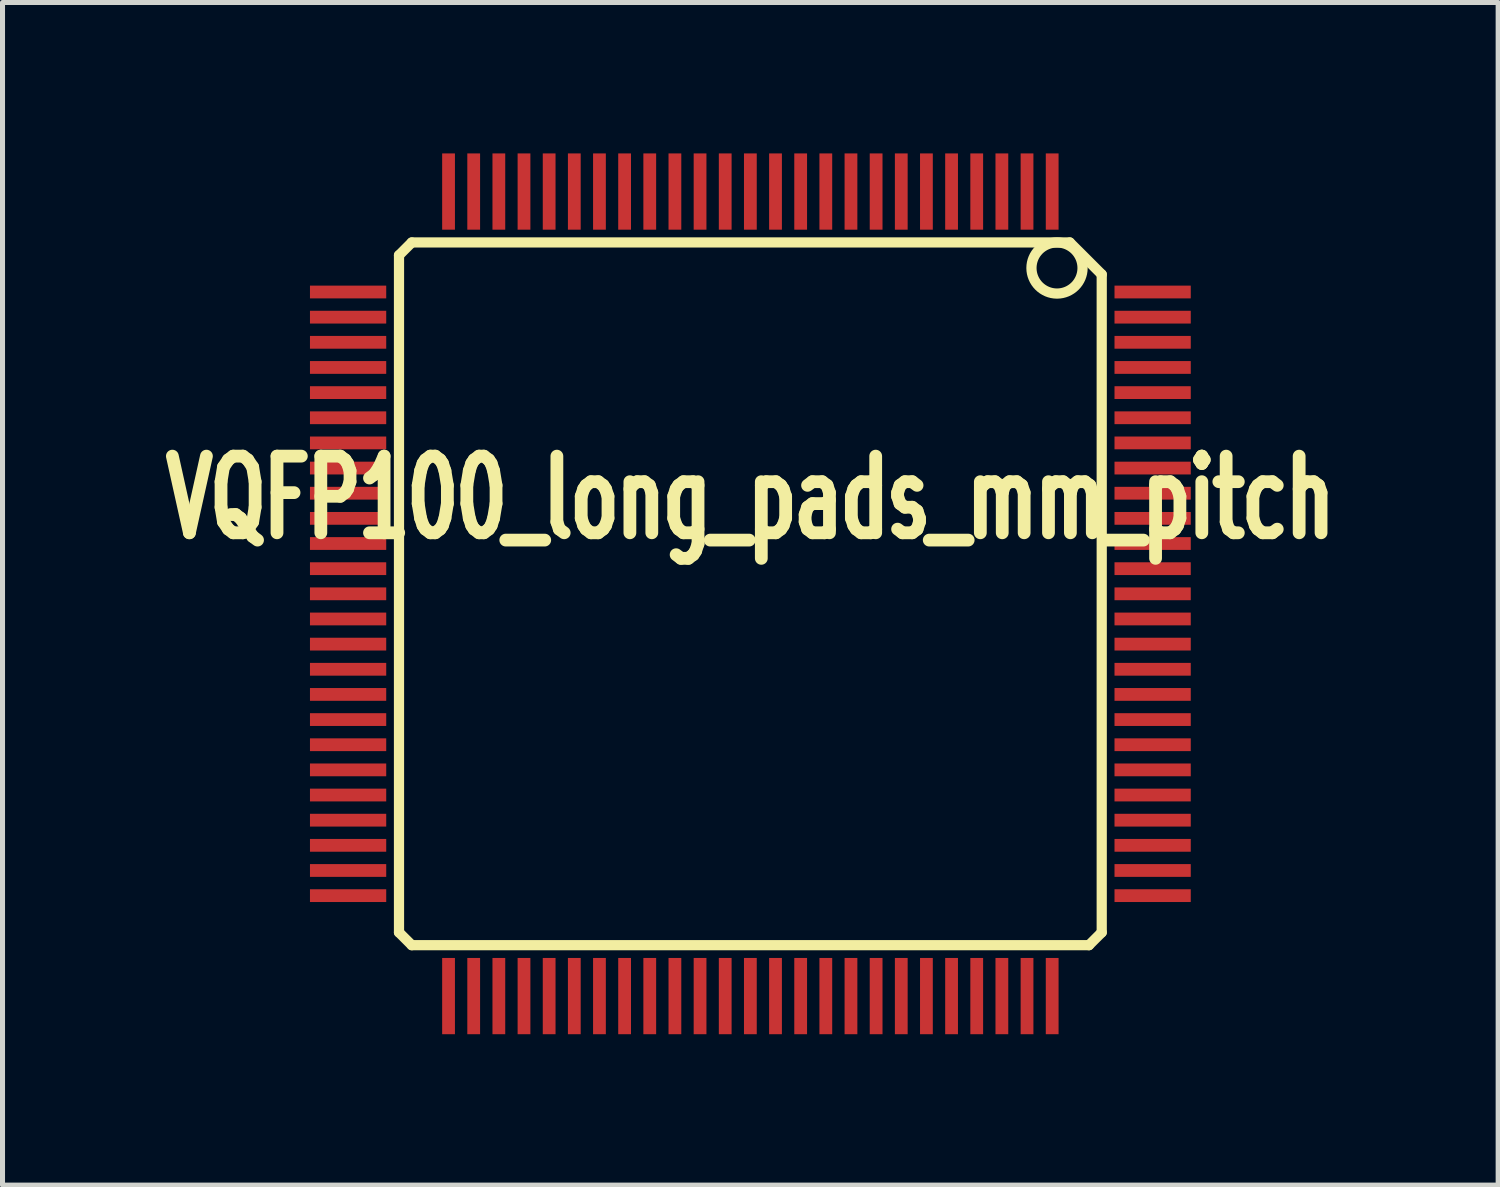
<source format=kicad_pcb>
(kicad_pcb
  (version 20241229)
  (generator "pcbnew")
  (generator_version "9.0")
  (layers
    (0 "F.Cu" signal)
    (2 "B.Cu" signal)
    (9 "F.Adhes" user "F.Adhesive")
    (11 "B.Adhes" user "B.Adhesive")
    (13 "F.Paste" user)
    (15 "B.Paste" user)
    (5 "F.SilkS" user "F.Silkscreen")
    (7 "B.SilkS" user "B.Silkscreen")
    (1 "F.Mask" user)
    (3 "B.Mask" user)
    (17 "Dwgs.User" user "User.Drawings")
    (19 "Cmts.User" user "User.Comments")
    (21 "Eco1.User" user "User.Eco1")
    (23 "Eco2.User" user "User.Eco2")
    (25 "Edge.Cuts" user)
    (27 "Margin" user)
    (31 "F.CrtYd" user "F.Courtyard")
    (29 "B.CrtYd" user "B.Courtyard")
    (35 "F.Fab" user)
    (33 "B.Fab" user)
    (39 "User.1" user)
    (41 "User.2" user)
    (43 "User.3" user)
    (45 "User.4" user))
  (footprint "VQFP100_long_pads_mm_pitch"
    (layer "F.Cu")
    (at 11.867 8.755)
    (property "Reference" "VQFP100_long_pads_mm_pitch" (at 0 -1.905 0) (layer "F.SilkS") (effects (font (size 1.524 1.016) (thickness 0.305))))
    (attr smd)
    (fp_line (start -6.985 -6.731) (end -6.985 6.731) (stroke (width 0.203) (type solid)) (layer "F.SilkS"))
    (fp_line (start -6.985 -6.731) (end -6.731 -6.985) (stroke (width 0.203) (type solid)) (layer "F.SilkS"))
    (fp_line (start -6.985 6.731) (end -6.731 6.985) (stroke (width 0.203) (type solid)) (layer "F.SilkS"))
    (fp_line (start -6.731 6.985) (end 6.731 6.985) (stroke (width 0.203) (type solid)) (layer "F.SilkS"))
    (fp_line (start 6.35 -6.985) (end -6.731 -6.985) (stroke (width 0.203) (type solid)) (layer "F.SilkS"))
    (fp_line (start 6.731 6.985) (end 6.985 6.731) (stroke (width 0.203) (type solid)) (layer "F.SilkS"))
    (fp_line (start 6.985 -6.35) (end 6.35 -6.985) (stroke (width 0.203) (type solid)) (layer "F.SilkS"))
    (fp_line (start 6.985 6.731) (end 6.985 -6.35) (stroke (width 0.203) (type solid)) (layer "F.SilkS"))
    (fp_circle (center 6.096 -6.477) (end 6.096 -6.985) (stroke (width 0.203) (type solid)) (fill no) (layer "F.SilkS"))
    (pad "1" smd rect (at 6 -7.747) (size 0.254 1.516) (drill (offset 0 -0.25)) (layers "F.Cu" "F.Mask" "F.Paste"))
    (pad "2" smd rect (at 5.5 -7.747) (size 0.254 1.516) (drill (offset 0 -0.25)) (layers "F.Cu" "F.Mask" "F.Paste"))
    (pad "3" smd rect (at 5 -7.747) (size 0.254 1.516) (drill (offset 0 -0.25)) (layers "F.Cu" "F.Mask" "F.Paste"))
    (pad "4" smd rect (at 4.5 -7.747) (size 0.254 1.516) (drill (offset 0 -0.25)) (layers "F.Cu" "F.Mask" "F.Paste"))
    (pad "5" smd rect (at 4 -7.747) (size 0.254 1.516) (drill (offset 0 -0.25)) (layers "F.Cu" "F.Mask" "F.Paste"))
    (pad "6" smd rect (at 3.5 -7.747) (size 0.254 1.516) (drill (offset 0 -0.25)) (layers "F.Cu" "F.Mask" "F.Paste"))
    (pad "7" smd rect (at 3 -7.747) (size 0.254 1.516) (drill (offset 0 -0.25)) (layers "F.Cu" "F.Mask" "F.Paste"))
    (pad "8" smd rect (at 2.5 -7.747) (size 0.254 1.516) (drill (offset 0 -0.25)) (layers "F.Cu" "F.Mask" "F.Paste"))
    (pad "9" smd rect (at 2 -7.747) (size 0.254 1.516) (drill (offset 0 -0.25)) (layers "F.Cu" "F.Mask" "F.Paste"))
    (pad "10" smd rect (at 1.5 -7.747) (size 0.254 1.516) (drill (offset 0 -0.25)) (layers "F.Cu" "F.Mask" "F.Paste"))
    (pad "11" smd rect (at 1 -7.747) (size 0.254 1.516) (drill (offset 0 -0.25)) (layers "F.Cu" "F.Mask" "F.Paste"))
    (pad "12" smd rect (at 0.5 -7.747) (size 0.254 1.516) (drill (offset 0 -0.25)) (layers "F.Cu" "F.Mask" "F.Paste"))
    (pad "13" smd rect (at 0 -7.747) (size 0.254 1.516) (drill (offset 0 -0.25)) (layers "F.Cu" "F.Mask" "F.Paste"))
    (pad "14" smd rect (at -0.5 -7.747) (size 0.254 1.516) (drill (offset 0 -0.25)) (layers "F.Cu" "F.Mask" "F.Paste"))
    (pad "15" smd rect (at -1 -7.747) (size 0.254 1.516) (drill (offset 0 -0.25)) (layers "F.Cu" "F.Mask" "F.Paste"))
    (pad "16" smd rect (at -1.5 -7.747) (size 0.254 1.516) (drill (offset 0 -0.25)) (layers "F.Cu" "F.Mask" "F.Paste"))
    (pad "17" smd rect (at -2 -7.747) (size 0.254 1.516) (drill (offset 0 -0.25)) (layers "F.Cu" "F.Mask" "F.Paste"))
    (pad "18" smd rect (at -2.5 -7.747) (size 0.254 1.516) (drill (offset 0 -0.25)) (layers "F.Cu" "F.Mask" "F.Paste"))
    (pad "19" smd rect (at -3 -7.747) (size 0.254 1.516) (drill (offset 0 -0.25)) (layers "F.Cu" "F.Mask" "F.Paste"))
    (pad "20" smd rect (at -3.5 -7.747) (size 0.254 1.516) (drill (offset 0 -0.25)) (layers "F.Cu" "F.Mask" "F.Paste"))
    (pad "21" smd rect (at -4 -7.747) (size 0.254 1.516) (drill (offset 0 -0.25)) (layers "F.Cu" "F.Mask" "F.Paste"))
    (pad "22" smd rect (at -4.5 -7.747) (size 0.254 1.516) (drill (offset 0 -0.25)) (layers "F.Cu" "F.Mask" "F.Paste"))
    (pad "23" smd rect (at -5 -7.747) (size 0.254 1.516) (drill (offset 0 -0.25)) (layers "F.Cu" "F.Mask" "F.Paste"))
    (pad "24" smd rect (at -5.5 -7.747) (size 0.254 1.516) (drill (offset 0 -0.25)) (layers "F.Cu" "F.Mask" "F.Paste"))
    (pad "25" smd rect (at -6 -7.747) (size 0.254 1.516) (drill (offset 0 -0.25)) (layers "F.Cu" "F.Mask" "F.Paste"))
    (pad "26" smd rect (at -7.747 -6 90) (size 0.254 1.516) (drill (offset 0 -0.25)) (layers "F.Cu" "F.Mask" "F.Paste"))
    (pad "27" smd rect (at -7.747 -5.5 90) (size 0.254 1.516) (drill (offset 0 -0.25)) (layers "F.Cu" "F.Mask" "F.Paste"))
    (pad "28" smd rect (at -7.747 -5 90) (size 0.254 1.516) (drill (offset 0 -0.25)) (layers "F.Cu" "F.Mask" "F.Paste"))
    (pad "29" smd rect (at -7.747 -4.5 90) (size 0.254 1.516) (drill (offset 0 -0.25)) (layers "F.Cu" "F.Mask" "F.Paste"))
    (pad "30" smd rect (at -7.747 -4 90) (size 0.254 1.516) (drill (offset 0 -0.25)) (layers "F.Cu" "F.Mask" "F.Paste"))
    (pad "31" smd rect (at -7.747 -3.5 90) (size 0.254 1.516) (drill (offset 0 -0.25)) (layers "F.Cu" "F.Mask" "F.Paste"))
    (pad "32" smd rect (at -7.747 -3 90) (size 0.254 1.516) (drill (offset 0 -0.25)) (layers "F.Cu" "F.Mask" "F.Paste"))
    (pad "33" smd rect (at -7.747 -2.5 90) (size 0.254 1.516) (drill (offset 0 -0.25)) (layers "F.Cu" "F.Mask" "F.Paste"))
    (pad "34" smd rect (at -7.747 -2 90) (size 0.254 1.516) (drill (offset 0 -0.25)) (layers "F.Cu" "F.Mask" "F.Paste"))
    (pad "35" smd rect (at -7.747 -1.5 90) (size 0.254 1.516) (drill (offset 0 -0.25)) (layers "F.Cu" "F.Mask" "F.Paste"))
    (pad "36" smd rect (at -7.747 -1 90) (size 0.254 1.516) (drill (offset 0 -0.25)) (layers "F.Cu" "F.Mask" "F.Paste"))
    (pad "37" smd rect (at -7.747 -0.5 90) (size 0.254 1.516) (drill (offset 0 -0.25)) (layers "F.Cu" "F.Mask" "F.Paste"))
    (pad "38" smd rect (at -7.747 0 90) (size 0.254 1.516) (drill (offset 0 -0.25)) (layers "F.Cu" "F.Mask" "F.Paste"))
    (pad "39" smd rect (at -7.747 0.5 90) (size 0.254 1.516) (drill (offset 0 -0.25)) (layers "F.Cu" "F.Mask" "F.Paste"))
    (pad "40" smd rect (at -7.747 1 90) (size 0.254 1.516) (drill (offset 0 -0.25)) (layers "F.Cu" "F.Mask" "F.Paste"))
    (pad "41" smd rect (at -7.747 1.5 90) (size 0.254 1.516) (drill (offset 0 -0.25)) (layers "F.Cu" "F.Mask" "F.Paste"))
    (pad "42" smd rect (at -7.747 2 90) (size 0.254 1.516) (drill (offset 0 -0.25)) (layers "F.Cu" "F.Mask" "F.Paste"))
    (pad "43" smd rect (at -7.747 2.5 90) (size 0.254 1.516) (drill (offset 0 -0.25)) (layers "F.Cu" "F.Mask" "F.Paste"))
    (pad "44" smd rect (at -7.747 3 90) (size 0.254 1.516) (drill (offset 0 -0.25)) (layers "F.Cu" "F.Mask" "F.Paste"))
    (pad "45" smd rect (at -7.747 3.5 90) (size 0.254 1.516) (drill (offset 0 -0.25)) (layers "F.Cu" "F.Mask" "F.Paste"))
    (pad "46" smd rect (at -7.747 4 90) (size 0.254 1.516) (drill (offset 0 -0.25)) (layers "F.Cu" "F.Mask" "F.Paste"))
    (pad "47" smd rect (at -7.747 4.5 90) (size 0.254 1.516) (drill (offset 0 -0.25)) (layers "F.Cu" "F.Mask" "F.Paste"))
    (pad "48" smd rect (at -7.747 5 90) (size 0.254 1.516) (drill (offset 0 -0.25)) (layers "F.Cu" "F.Mask" "F.Paste"))
    (pad "49" smd rect (at -7.747 5.5 90) (size 0.254 1.516) (drill (offset 0 -0.25)) (layers "F.Cu" "F.Mask" "F.Paste"))
    (pad "50" smd rect (at -7.747 6 90) (size 0.254 1.516) (drill (offset 0 -0.25)) (layers "F.Cu" "F.Mask" "F.Paste"))
    (pad "51" smd rect (at -6 7.747 180) (size 0.254 1.516) (drill (offset 0 -0.25)) (layers "F.Cu" "F.Mask" "F.Paste"))
    (pad "52" smd rect (at -5.5 7.747 180) (size 0.254 1.516) (drill (offset 0 -0.25)) (layers "F.Cu" "F.Mask" "F.Paste"))
    (pad "53" smd rect (at -5 7.747 180) (size 0.254 1.516) (drill (offset 0 -0.25)) (layers "F.Cu" "F.Mask" "F.Paste"))
    (pad "54" smd rect (at -4.5 7.747 180) (size 0.254 1.516) (drill (offset 0 -0.25)) (layers "F.Cu" "F.Mask" "F.Paste"))
    (pad "55" smd rect (at -4 7.747 180) (size 0.254 1.516) (drill (offset 0 -0.25)) (layers "F.Cu" "F.Mask" "F.Paste"))
    (pad "56" smd rect (at -3.5 7.747 180) (size 0.254 1.516) (drill (offset 0 -0.25)) (layers "F.Cu" "F.Mask" "F.Paste"))
    (pad "57" smd rect (at -3 7.747 180) (size 0.254 1.516) (drill (offset 0 -0.25)) (layers "F.Cu" "F.Mask" "F.Paste"))
    (pad "58" smd rect (at -2.5 7.747 180) (size 0.254 1.516) (drill (offset 0 -0.25)) (layers "F.Cu" "F.Mask" "F.Paste"))
    (pad "59" smd rect (at -2 7.747 180) (size 0.254 1.516) (drill (offset 0 -0.25)) (layers "F.Cu" "F.Mask" "F.Paste"))
    (pad "60" smd rect (at -1.5 7.747 180) (size 0.254 1.516) (drill (offset 0 -0.25)) (layers "F.Cu" "F.Mask" "F.Paste"))
    (pad "61" smd rect (at -1 7.747 180) (size 0.254 1.516) (drill (offset 0 -0.25)) (layers "F.Cu" "F.Mask" "F.Paste"))
    (pad "62" smd rect (at -0.5 7.747 180) (size 0.254 1.516) (drill (offset 0 -0.25)) (layers "F.Cu" "F.Mask" "F.Paste"))
    (pad "63" smd rect (at 0 7.747 180) (size 0.254 1.516) (drill (offset 0 -0.25)) (layers "F.Cu" "F.Mask" "F.Paste"))
    (pad "64" smd rect (at 0.5 7.747 180) (size 0.254 1.516) (drill (offset 0 -0.25)) (layers "F.Cu" "F.Mask" "F.Paste"))
    (pad "65" smd rect (at 1 7.747 180) (size 0.254 1.516) (drill (offset 0 -0.25)) (layers "F.Cu" "F.Mask" "F.Paste"))
    (pad "66" smd rect (at 1.5 7.747 180) (size 0.254 1.516) (drill (offset 0 -0.25)) (layers "F.Cu" "F.Mask" "F.Paste"))
    (pad "67" smd rect (at 2 7.747 180) (size 0.254 1.516) (drill (offset 0 -0.25)) (layers "F.Cu" "F.Mask" "F.Paste"))
    (pad "68" smd rect (at 2.5 7.747 180) (size 0.254 1.516) (drill (offset 0 -0.25)) (layers "F.Cu" "F.Mask" "F.Paste"))
    (pad "69" smd rect (at 3 7.747 180) (size 0.254 1.516) (drill (offset 0 -0.25)) (layers "F.Cu" "F.Mask" "F.Paste"))
    (pad "70" smd rect (at 3.5 7.747 180) (size 0.254 1.516) (drill (offset 0 -0.25)) (layers "F.Cu" "F.Mask" "F.Paste"))
    (pad "71" smd rect (at 4 7.747 180) (size 0.254 1.516) (drill (offset 0 -0.25)) (layers "F.Cu" "F.Mask" "F.Paste"))
    (pad "72" smd rect (at 4.5 7.747 180) (size 0.254 1.516) (drill (offset 0 -0.25)) (layers "F.Cu" "F.Mask" "F.Paste"))
    (pad "73" smd rect (at 5 7.747 180) (size 0.254 1.516) (drill (offset 0 -0.25)) (layers "F.Cu" "F.Mask" "F.Paste"))
    (pad "74" smd rect (at 5.5 7.747 180) (size 0.254 1.516) (drill (offset 0 -0.25)) (layers "F.Cu" "F.Mask" "F.Paste"))
    (pad "75" smd rect (at 6 7.747 180) (size 0.254 1.516) (drill (offset 0 -0.25)) (layers "F.Cu" "F.Mask" "F.Paste"))
    (pad "76" smd rect (at 7.747 6 270) (size 0.254 1.516) (drill (offset 0 -0.25)) (layers "F.Cu" "F.Mask" "F.Paste"))
    (pad "77" smd rect (at 7.747 5.5 270) (size 0.254 1.516) (drill (offset 0 -0.25)) (layers "F.Cu" "F.Mask" "F.Paste"))
    (pad "78" smd rect (at 7.747 5 270) (size 0.254 1.516) (drill (offset 0 -0.25)) (layers "F.Cu" "F.Mask" "F.Paste"))
    (pad "79" smd rect (at 7.747 4.5 270) (size 0.254 1.516) (drill (offset 0 -0.25)) (layers "F.Cu" "F.Mask" "F.Paste"))
    (pad "80" smd rect (at 7.747 4 270) (size 0.254 1.516) (drill (offset 0 -0.25)) (layers "F.Cu" "F.Mask" "F.Paste"))
    (pad "81" smd rect (at 7.747 3.5 270) (size 0.254 1.516) (drill (offset 0 -0.25)) (layers "F.Cu" "F.Mask" "F.Paste"))
    (pad "82" smd rect (at 7.747 3 270) (size 0.254 1.516) (drill (offset 0 -0.25)) (layers "F.Cu" "F.Mask" "F.Paste"))
    (pad "83" smd rect (at 7.747 2.5 270) (size 0.254 1.516) (drill (offset 0 -0.25)) (layers "F.Cu" "F.Mask" "F.Paste"))
    (pad "84" smd rect (at 7.747 2 270) (size 0.254 1.516) (drill (offset 0 -0.25)) (layers "F.Cu" "F.Mask" "F.Paste"))
    (pad "85" smd rect (at 7.747 1.5 270) (size 0.254 1.516) (drill (offset 0 -0.25)) (layers "F.Cu" "F.Mask" "F.Paste"))
    (pad "86" smd rect (at 7.747 1 270) (size 0.254 1.516) (drill (offset 0 -0.25)) (layers "F.Cu" "F.Mask" "F.Paste"))
    (pad "87" smd rect (at 7.747 0.5 270) (size 0.254 1.516) (drill (offset 0 -0.25)) (layers "F.Cu" "F.Mask" "F.Paste"))
    (pad "88" smd rect (at 7.747 0 270) (size 0.254 1.516) (drill (offset 0 -0.25)) (layers "F.Cu" "F.Mask" "F.Paste"))
    (pad "89" smd rect (at 7.747 -0.5 270) (size 0.254 1.516) (drill (offset 0 -0.25)) (layers "F.Cu" "F.Mask" "F.Paste"))
    (pad "90" smd rect (at 7.747 -1 270) (size 0.254 1.516) (drill (offset 0 -0.25)) (layers "F.Cu" "F.Mask" "F.Paste"))
    (pad "91" smd rect (at 7.747 -1.5 270) (size 0.254 1.516) (drill (offset 0 -0.25)) (layers "F.Cu" "F.Mask" "F.Paste"))
    (pad "92" smd rect (at 7.747 -2 270) (size 0.254 1.516) (drill (offset 0 -0.25)) (layers "F.Cu" "F.Mask" "F.Paste"))
    (pad "93" smd rect (at 7.747 -2.5 270) (size 0.254 1.516) (drill (offset 0 -0.25)) (layers "F.Cu" "F.Mask" "F.Paste"))
    (pad "94" smd rect (at 7.747 -3 270) (size 0.254 1.516) (drill (offset 0 -0.25)) (layers "F.Cu" "F.Mask" "F.Paste"))
    (pad "95" smd rect (at 7.747 -3.5 270) (size 0.254 1.516) (drill (offset 0 -0.25)) (layers "F.Cu" "F.Mask" "F.Paste"))
    (pad "96" smd rect (at 7.747 -4 270) (size 0.254 1.516) (drill (offset 0 -0.25)) (layers "F.Cu" "F.Mask" "F.Paste"))
    (pad "97" smd rect (at 7.747 -4.5 270) (size 0.254 1.516) (drill (offset 0 -0.25)) (layers "F.Cu" "F.Mask" "F.Paste"))
    (pad "98" smd rect (at 7.747 -5 270) (size 0.254 1.516) (drill (offset 0 -0.25)) (layers "F.Cu" "F.Mask" "F.Paste"))
    (pad "99" smd rect (at 7.747 -5.5 270) (size 0.254 1.516) (drill (offset 0 -0.25)) (layers "F.Cu" "F.Mask" "F.Paste"))
    (pad "100" smd rect (at 7.747 -6 270) (size 0.254 1.516) (drill (offset 0 -0.25)) (layers "F.Cu" "F.Mask" "F.Paste")))
  (gr_rect
    (start -3 -3)
    (end 26.733 20.51)
    (stroke (width 0.1) (type default))
    (fill no)
    (layer "Edge.Cuts")))
</source>
